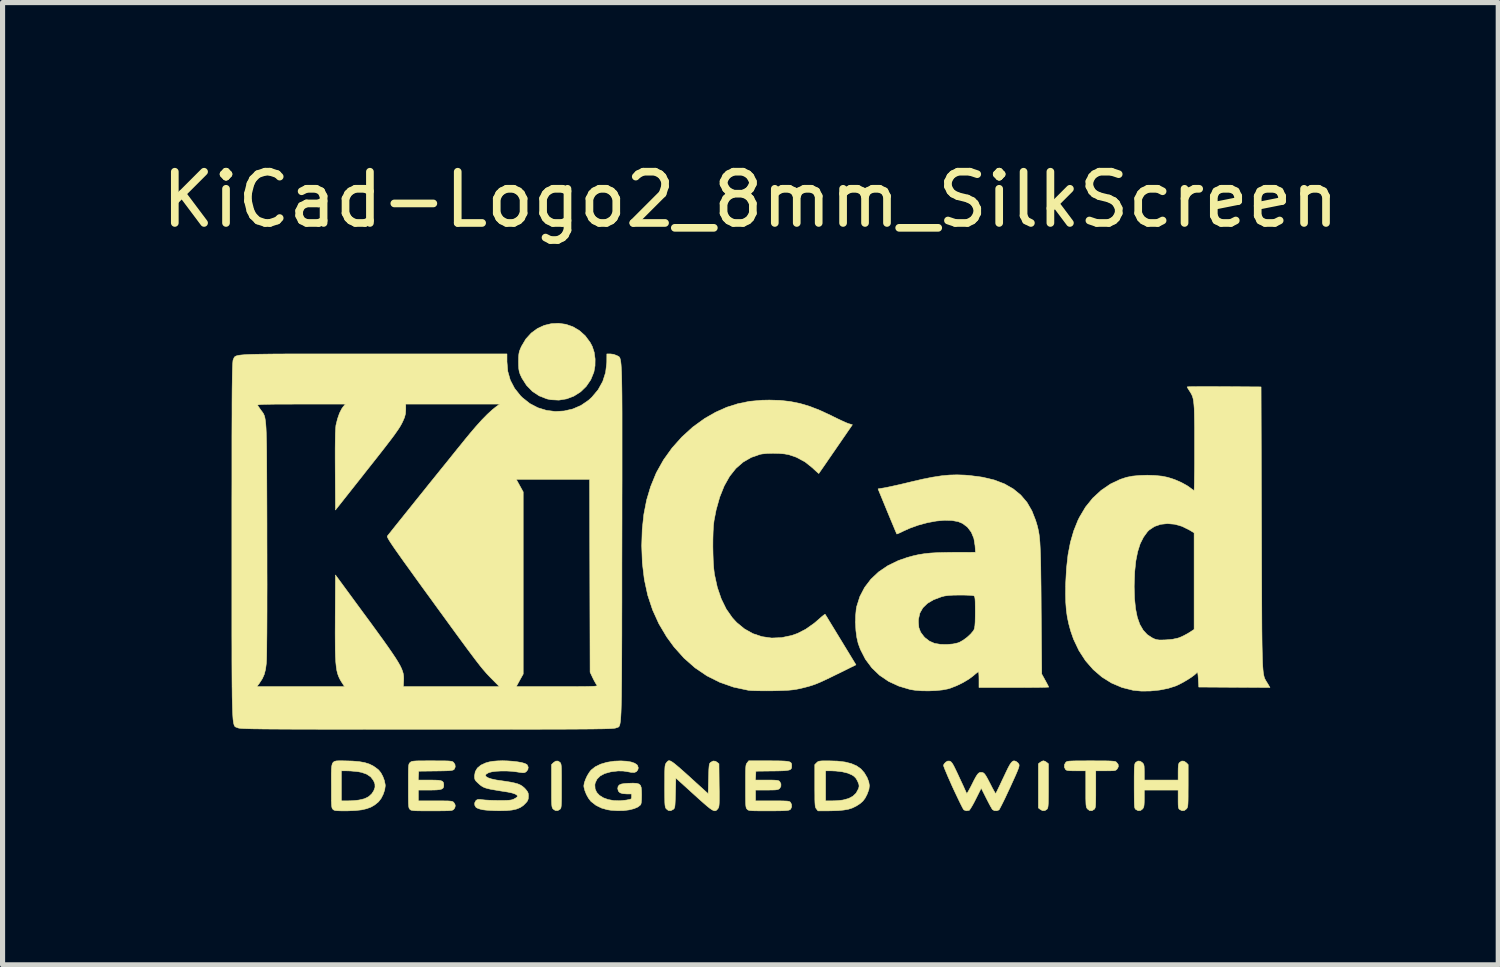
<source format=kicad_pcb>
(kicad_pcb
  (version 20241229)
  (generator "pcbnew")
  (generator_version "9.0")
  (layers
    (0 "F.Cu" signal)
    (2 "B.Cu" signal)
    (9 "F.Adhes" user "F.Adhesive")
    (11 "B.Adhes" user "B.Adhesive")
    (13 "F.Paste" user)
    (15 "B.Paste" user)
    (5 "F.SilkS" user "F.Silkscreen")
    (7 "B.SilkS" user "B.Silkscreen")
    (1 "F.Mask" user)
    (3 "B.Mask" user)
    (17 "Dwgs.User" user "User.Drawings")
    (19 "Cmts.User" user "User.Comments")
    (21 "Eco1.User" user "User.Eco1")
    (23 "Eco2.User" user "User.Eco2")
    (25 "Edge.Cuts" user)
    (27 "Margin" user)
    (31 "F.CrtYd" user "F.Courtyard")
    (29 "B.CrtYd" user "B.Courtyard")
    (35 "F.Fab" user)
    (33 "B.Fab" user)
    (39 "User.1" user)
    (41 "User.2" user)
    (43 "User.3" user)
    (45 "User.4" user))
  (footprint "KiCad-Logo2_8mm_SilkScreen"
    (layer "F.Cu")
    (at 11.601 7.198)
    (property "Reference" "KiCad-Logo2_8mm_SilkScreen" (at 0 -6.35 0) (layer "F.SilkS") (effects (font (size 1 1) (thickness 0.15))))
    (attr exclude_from_pos_files exclude_from_bom)
    (fp_poly (pts (xy 5.752 4.615) (xy 5.783 4.635) (xy 5.819 4.664) (xy 5.819 5.092) (xy 5.819 5.217) (xy 5.818 5.316) (xy 5.817 5.391) (xy 5.815 5.447) (xy 5.812 5.487) (xy 5.808 5.515) (xy 5.802 5.533) (xy 5.795 5.545) (xy 5.79 5.552) (xy 5.748 5.579) (xy 5.701 5.578) (xy 5.659 5.555) (xy 5.623 5.526) (xy 5.623 4.664) (xy 5.659 4.635) (xy 5.693 4.614) (xy 5.721 4.606) (xy 5.752 4.615)) (stroke (width 0.01) (type solid)) (fill yes) (layer "F.SilkS"))
    (fp_poly (pts (xy -3.718 4.636) (xy -3.709 4.647) (xy -3.702 4.66) (xy -3.697 4.679) (xy -3.693 4.708) (xy -3.69 4.751) (xy -3.689 4.811) (xy -3.688 4.89) (xy -3.688 4.994) (xy -3.688 5.095) (xy -3.688 5.22) (xy -3.688 5.318) (xy -3.689 5.393) (xy -3.691 5.449) (xy -3.694 5.489) (xy -3.698 5.516) (xy -3.703 5.533) (xy -3.711 5.545) (xy -3.718 5.553) (xy -3.762 5.579) (xy -3.808 5.577) (xy -3.85 5.549) (xy -3.86 5.537) (xy -3.867 5.524) (xy -3.873 5.506) (xy -3.877 5.479) (xy -3.88 5.439) (xy -3.882 5.383) (xy -3.883 5.308) (xy -3.883 5.209) (xy -3.883 5.097) (xy -3.883 4.68) (xy -3.846 4.643) (xy -3.801 4.612) (xy -3.756 4.611) (xy -3.718 4.636)) (stroke (width 0.01) (type solid)) (fill yes) (layer "F.SilkS"))
    (fp_poly (pts (xy -3.602 -3.916) (xy -3.466 -3.869) (xy -3.339 -3.794) (xy -3.226 -3.693) (xy -3.13 -3.564) (xy -3.087 -3.483) (xy -3.05 -3.37) (xy -3.032 -3.239) (xy -3.034 -3.105) (xy -3.056 -2.983) (xy -3.117 -2.834) (xy -3.205 -2.705) (xy -3.315 -2.598) (xy -3.444 -2.516) (xy -3.587 -2.461) (xy -3.739 -2.436) (xy -3.896 -2.444) (xy -3.973 -2.46) (xy -4.124 -2.519) (xy -4.258 -2.608) (xy -4.372 -2.726) (xy -4.463 -2.869) (xy -4.47 -2.885) (xy -4.497 -2.943) (xy -4.513 -2.993) (xy -4.522 -3.045) (xy -4.526 -3.111) (xy -4.527 -3.184) (xy -4.526 -3.271) (xy -4.521 -3.334) (xy -4.511 -3.385) (xy -4.492 -3.436) (xy -4.469 -3.487) (xy -4.384 -3.63) (xy -4.279 -3.745) (xy -4.158 -3.834) (xy -4.026 -3.895) (xy -3.886 -3.929) (xy -3.744 -3.936) (xy -3.602 -3.916)) (stroke (width 0.01) (type solid)) (fill yes) (layer "F.SilkS"))
    (fp_poly (pts (xy 6.783 4.607) (xy 6.887 4.607) (xy 6.969 4.608) (xy 7.03 4.61) (xy 7.074 4.613) (xy 7.105 4.616) (xy 7.126 4.621) (xy 7.139 4.628) (xy 7.146 4.633) (xy 7.18 4.676) (xy 7.184 4.721) (xy 7.163 4.762) (xy 7.149 4.778) (xy 7.134 4.789) (xy 7.113 4.796) (xy 7.079 4.8) (xy 7.027 4.801) (xy 6.952 4.802) (xy 6.937 4.802) (xy 6.743 4.802) (xy 6.743 5.163) (xy 6.743 5.276) (xy 6.742 5.364) (xy 6.741 5.429) (xy 6.739 5.475) (xy 6.735 5.507) (xy 6.729 5.528) (xy 6.722 5.543) (xy 6.713 5.553) (xy 6.669 5.58) (xy 6.623 5.578) (xy 6.582 5.547) (xy 6.579 5.544) (xy 6.569 5.53) (xy 6.561 5.513) (xy 6.556 5.49) (xy 6.552 5.457) (xy 6.55 5.409) (xy 6.548 5.343) (xy 6.548 5.254) (xy 6.548 5.153) (xy 6.548 4.802) (xy 6.362 4.802) (xy 6.282 4.801) (xy 6.227 4.799) (xy 6.191 4.795) (xy 6.168 4.787) (xy 6.153 4.776) (xy 6.152 4.774) (xy 6.13 4.73) (xy 6.132 4.68) (xy 6.157 4.636) (xy 6.167 4.628) (xy 6.179 4.621) (xy 6.198 4.616) (xy 6.226 4.612) (xy 6.267 4.61) (xy 6.324 4.608) (xy 6.4 4.607) (xy 6.499 4.607) (xy 6.624 4.606) (xy 6.651 4.606) (xy 6.783 4.607)) (stroke (width 0.01) (type solid)) (fill yes) (layer "F.SilkS"))
    (fp_poly (pts (xy 8.468 4.614) (xy 8.51 4.643) (xy 8.547 4.68) (xy 8.547 5.092) (xy 8.546 5.214) (xy 8.546 5.31) (xy 8.545 5.384) (xy 8.543 5.438) (xy 8.54 5.476) (xy 8.536 5.503) (xy 8.529 5.521) (xy 8.522 5.535) (xy 8.515 5.544) (xy 8.474 5.576) (xy 8.427 5.58) (xy 8.385 5.56) (xy 8.37 5.548) (xy 8.361 5.532) (xy 8.355 5.507) (xy 8.352 5.466) (xy 8.351 5.405) (xy 8.351 5.357) (xy 8.351 5.178) (xy 7.69 5.178) (xy 7.69 5.341) (xy 7.689 5.416) (xy 7.686 5.467) (xy 7.681 5.501) (xy 7.671 5.526) (xy 7.659 5.544) (xy 7.618 5.576) (xy 7.571 5.58) (xy 7.526 5.557) (xy 7.514 5.545) (xy 7.506 5.529) (xy 7.5 5.504) (xy 7.497 5.465) (xy 7.495 5.406) (xy 7.494 5.324) (xy 7.494 5.305) (xy 7.493 5.15) (xy 7.493 5.023) (xy 7.493 4.919) (xy 7.494 4.838) (xy 7.495 4.775) (xy 7.497 4.728) (xy 7.501 4.695) (xy 7.505 4.671) (xy 7.51 4.656) (xy 7.517 4.645) (xy 7.525 4.636) (xy 7.567 4.61) (xy 7.611 4.614) (xy 7.653 4.643) (xy 7.67 4.662) (xy 7.681 4.684) (xy 7.687 4.714) (xy 7.689 4.76) (xy 7.69 4.828) (xy 7.69 4.982) (xy 8.351 4.982) (xy 8.351 4.824) (xy 8.352 4.752) (xy 8.355 4.703) (xy 8.36 4.671) (xy 8.37 4.649) (xy 8.381 4.636) (xy 8.424 4.61) (xy 8.468 4.614)) (stroke (width 0.01) (type solid)) (fill yes) (layer "F.SilkS"))
    (fp_poly (pts (xy 1.531 4.607) (xy 1.703 4.612) (xy 1.849 4.63) (xy 1.971 4.661) (xy 2.073 4.705) (xy 2.157 4.764) (xy 2.224 4.84) (xy 2.278 4.932) (xy 2.279 4.934) (xy 2.311 5.017) (xy 2.323 5.09) (xy 2.314 5.164) (xy 2.283 5.248) (xy 2.278 5.261) (xy 2.239 5.336) (xy 2.195 5.394) (xy 2.139 5.443) (xy 2.062 5.492) (xy 2.057 5.494) (xy 1.99 5.527) (xy 1.915 5.551) (xy 1.825 5.567) (xy 1.718 5.578) (xy 1.586 5.582) (xy 1.54 5.583) (xy 1.319 5.583) (xy 1.288 5.544) (xy 1.279 5.531) (xy 1.272 5.516) (xy 1.266 5.494) (xy 1.263 5.464) (xy 1.26 5.42) (xy 1.259 5.388) (xy 1.468 5.388) (xy 1.593 5.388) (xy 1.666 5.386) (xy 1.741 5.38) (xy 1.802 5.372) (xy 1.806 5.372) (xy 1.916 5.342) (xy 2 5.298) (xy 2.064 5.237) (xy 2.107 5.157) (xy 2.115 5.136) (xy 2.122 5.103) (xy 2.119 5.071) (xy 2.103 5.028) (xy 2.094 5.006) (xy 2.063 4.95) (xy 2.025 4.91) (xy 1.984 4.883) (xy 1.902 4.847) (xy 1.796 4.821) (xy 1.673 4.806) (xy 1.584 4.802) (xy 1.468 4.802) (xy 1.468 5.388) (xy 1.259 5.388) (xy 1.258 5.36) (xy 1.258 5.279) (xy 1.257 5.174) (xy 1.257 5.092) (xy 1.257 4.68) (xy 1.294 4.643) (xy 1.31 4.628) (xy 1.328 4.618) (xy 1.353 4.612) (xy 1.39 4.608) (xy 1.446 4.607) (xy 1.526 4.607) (xy 1.531 4.607)) (stroke (width 0.01) (type solid)) (fill yes) (layer "F.SilkS"))
    (fp_poly (pts (xy -7.975 4.606) (xy -7.922 4.607) (xy -7.768 4.611) (xy -7.639 4.622) (xy -7.531 4.641) (xy -7.439 4.67) (xy -7.358 4.711) (xy -7.286 4.763) (xy -7.259 4.785) (xy -7.216 4.838) (xy -7.177 4.91) (xy -7.147 4.99) (xy -7.131 5.067) (xy -7.129 5.095) (xy -7.14 5.173) (xy -7.169 5.259) (xy -7.21 5.34) (xy -7.259 5.404) (xy -7.267 5.412) (xy -7.335 5.467) (xy -7.409 5.51) (xy -7.493 5.541) (xy -7.593 5.564) (xy -7.712 5.577) (xy -7.854 5.583) (xy -7.919 5.583) (xy -8.002 5.583) (xy -8.06 5.581) (xy -8.099 5.578) (xy -8.125 5.571) (xy -8.142 5.562) (xy -8.151 5.553) (xy -8.16 5.543) (xy -8.167 5.53) (xy -8.172 5.511) (xy -8.176 5.481) (xy -8.179 5.439) (xy -8.18 5.379) (xy -8.181 5.299) (xy -8.181 5.196) (xy -8.181 5.095) (xy -8.182 4.961) (xy -8.182 4.853) (xy -8.18 4.802) (xy -7.986 4.802) (xy -7.986 5.388) (xy -7.862 5.388) (xy -7.787 5.386) (xy -7.709 5.38) (xy -7.644 5.372) (xy -7.642 5.372) (xy -7.537 5.347) (xy -7.455 5.307) (xy -7.393 5.251) (xy -7.353 5.189) (xy -7.329 5.122) (xy -7.331 5.058) (xy -7.359 4.99) (xy -7.414 4.919) (xy -7.491 4.867) (xy -7.59 4.832) (xy -7.657 4.819) (xy -7.732 4.811) (xy -7.812 4.804) (xy -7.881 4.802) (xy -7.885 4.802) (xy -7.986 4.802) (xy -8.18 4.802) (xy -8.18 4.77) (xy -8.174 4.708) (xy -8.163 4.663) (xy -8.145 4.634) (xy -8.119 4.617) (xy -8.083 4.608) (xy -8.036 4.606) (xy -7.975 4.606)) (stroke (width 0.01) (type solid)) (fill yes) (layer "F.SilkS"))
    (fp_poly (pts (xy -1.556 4.612) (xy -1.524 4.631) (xy -1.483 4.661) (xy -1.431 4.704) (xy -1.364 4.762) (xy -1.281 4.835) (xy -1.18 4.926) (xy -1.065 5.031) (xy -0.824 5.249) (xy -0.817 4.957) (xy -0.814 4.856) (xy -0.812 4.781) (xy -0.808 4.727) (xy -0.804 4.691) (xy -0.799 4.667) (xy -0.79 4.651) (xy -0.78 4.64) (xy -0.774 4.635) (xy -0.728 4.61) (xy -0.684 4.614) (xy -0.649 4.635) (xy -0.614 4.664) (xy -0.61 5.083) (xy -0.608 5.206) (xy -0.608 5.303) (xy -0.608 5.377) (xy -0.609 5.432) (xy -0.612 5.471) (xy -0.616 5.499) (xy -0.621 5.518) (xy -0.629 5.532) (xy -0.637 5.543) (xy -0.655 5.564) (xy -0.673 5.578) (xy -0.693 5.583) (xy -0.718 5.578) (xy -0.751 5.562) (xy -0.793 5.533) (xy -0.848 5.489) (xy -0.917 5.429) (xy -1.004 5.352) (xy -1.102 5.263) (xy -1.456 4.942) (xy -1.463 5.234) (xy -1.466 5.335) (xy -1.469 5.41) (xy -1.472 5.463) (xy -1.476 5.5) (xy -1.482 5.523) (xy -1.49 5.539) (xy -1.501 5.55) (xy -1.506 5.555) (xy -1.555 5.58) (xy -1.602 5.576) (xy -1.642 5.544) (xy -1.652 5.531) (xy -1.659 5.515) (xy -1.664 5.494) (xy -1.668 5.464) (xy -1.671 5.42) (xy -1.672 5.359) (xy -1.673 5.278) (xy -1.674 5.173) (xy -1.674 5.095) (xy -1.673 4.973) (xy -1.673 4.878) (xy -1.672 4.805) (xy -1.67 4.751) (xy -1.667 4.713) (xy -1.662 4.686) (xy -1.656 4.668) (xy -1.648 4.654) (xy -1.642 4.646) (xy -1.627 4.627) (xy -1.613 4.613) (xy -1.598 4.605) (xy -1.58 4.604) (xy -1.556 4.612)) (stroke (width 0.01) (type solid)) (fill yes) (layer "F.SilkS"))
    (fp_poly (pts (xy -2.421 4.614) (xy -2.33 4.629) (xy -2.26 4.653) (xy -2.214 4.684) (xy -2.202 4.702) (xy -2.189 4.744) (xy -2.198 4.781) (xy -2.225 4.817) (xy -2.266 4.834) (xy -2.327 4.832) (xy -2.374 4.823) (xy -2.478 4.806) (xy -2.584 4.804) (xy -2.703 4.818) (xy -2.736 4.824) (xy -2.846 4.855) (xy -2.933 4.902) (xy -2.994 4.963) (xy -3.03 5.037) (xy -3.037 5.075) (xy -3.032 5.154) (xy -3.001 5.223) (xy -2.947 5.281) (xy -2.872 5.328) (xy -2.779 5.362) (xy -2.671 5.382) (xy -2.551 5.386) (xy -2.422 5.373) (xy -2.415 5.371) (xy -2.364 5.362) (xy -2.335 5.353) (xy -2.323 5.339) (xy -2.32 5.316) (xy -2.32 5.304) (xy -2.32 5.253) (xy -2.411 5.253) (xy -2.492 5.247) (xy -2.546 5.23) (xy -2.578 5.198) (xy -2.59 5.152) (xy -2.59 5.146) (xy -2.583 5.106) (xy -2.56 5.078) (xy -2.517 5.059) (xy -2.45 5.049) (xy -2.385 5.045) (xy -2.291 5.042) (xy -2.223 5.046) (xy -2.176 5.059) (xy -2.147 5.085) (xy -2.132 5.127) (xy -2.126 5.191) (xy -2.124 5.273) (xy -2.126 5.366) (xy -2.132 5.429) (xy -2.141 5.462) (xy -2.143 5.465) (xy -2.195 5.507) (xy -2.271 5.54) (xy -2.366 5.564) (xy -2.476 5.578) (xy -2.596 5.58) (xy -2.72 5.572) (xy -2.793 5.561) (xy -2.908 5.528) (xy -3.015 5.475) (xy -3.104 5.406) (xy -3.118 5.393) (xy -3.162 5.335) (xy -3.202 5.263) (xy -3.232 5.188) (xy -3.25 5.119) (xy -3.252 5.093) (xy -3.243 5.038) (xy -3.219 4.97) (xy -3.186 4.898) (xy -3.146 4.833) (xy -3.112 4.789) (xy -3.031 4.724) (xy -2.926 4.672) (xy -2.801 4.635) (xy -2.66 4.613) (xy -2.53 4.608) (xy -2.421 4.614)) (stroke (width 0.01) (type solid)) (fill yes) (layer "F.SilkS"))
    (fp_poly (pts (xy 0.482 4.607) (xy 0.583 4.608) (xy 0.661 4.611) (xy 0.719 4.616) (xy 0.758 4.624) (xy 0.784 4.636) (xy 0.798 4.652) (xy 0.805 4.673) (xy 0.806 4.699) (xy 0.806 4.703) (xy 0.805 4.733) (xy 0.799 4.756) (xy 0.784 4.774) (xy 0.757 4.786) (xy 0.715 4.794) (xy 0.655 4.8) (xy 0.572 4.803) (xy 0.463 4.805) (xy 0.43 4.805) (xy 0.107 4.809) (xy 0.103 4.896) (xy 0.098 4.982) (xy 0.322 4.982) (xy 0.41 4.982) (xy 0.472 4.984) (xy 0.515 4.987) (xy 0.542 4.992) (xy 0.56 5) (xy 0.573 5.012) (xy 0.573 5.012) (xy 0.596 5.056) (xy 0.595 5.105) (xy 0.571 5.146) (xy 0.566 5.15) (xy 0.549 5.161) (xy 0.525 5.169) (xy 0.49 5.174) (xy 0.438 5.176) (xy 0.364 5.177) (xy 0.316 5.178) (xy 0.1 5.178) (xy 0.1 5.388) (xy 0.428 5.388) (xy 0.537 5.388) (xy 0.619 5.389) (xy 0.679 5.391) (xy 0.721 5.393) (xy 0.749 5.398) (xy 0.767 5.404) (xy 0.778 5.412) (xy 0.781 5.415) (xy 0.803 5.457) (xy 0.805 5.505) (xy 0.787 5.547) (xy 0.773 5.56) (xy 0.758 5.567) (xy 0.736 5.573) (xy 0.702 5.577) (xy 0.653 5.58) (xy 0.585 5.582) (xy 0.495 5.583) (xy 0.379 5.583) (xy 0.353 5.583) (xy 0.235 5.583) (xy 0.143 5.583) (xy 0.075 5.582) (xy 0.025 5.58) (xy -0.01 5.577) (xy -0.033 5.572) (xy -0.048 5.565) (xy -0.059 5.557) (xy -0.065 5.55) (xy -0.074 5.539) (xy -0.081 5.526) (xy -0.086 5.506) (xy -0.09 5.477) (xy -0.093 5.434) (xy -0.094 5.374) (xy -0.095 5.294) (xy -0.095 5.189) (xy -0.095 5.102) (xy -0.095 4.979) (xy -0.095 4.882) (xy -0.094 4.808) (xy -0.092 4.754) (xy -0.089 4.715) (xy -0.085 4.688) (xy -0.079 4.669) (xy -0.071 4.655) (xy -0.064 4.646) (xy -0.033 4.606) (xy 0.353 4.606) (xy 0.482 4.607)) (stroke (width 0.01) (type solid)) (fill yes) (layer "F.SilkS"))
    (fp_poly (pts (xy -6.099 4.607) (xy -6.007 4.607) (xy -5.937 4.608) (xy -5.886 4.61) (xy -5.851 4.614) (xy -5.827 4.618) (xy -5.811 4.625) (xy -5.799 4.633) (xy -5.795 4.637) (xy -5.768 4.678) (xy -5.763 4.726) (xy -5.781 4.768) (xy -5.789 4.777) (xy -5.802 4.785) (xy -5.823 4.791) (xy -5.855 4.796) (xy -5.903 4.8) (xy -5.971 4.802) (xy -6.062 4.804) (xy -6.146 4.805) (xy -6.476 4.809) (xy -6.485 4.982) (xy -6.261 4.982) (xy -6.164 4.983) (xy -6.092 4.986) (xy -6.043 4.994) (xy -6.012 5.007) (xy -5.995 5.028) (xy -5.988 5.057) (xy -5.987 5.084) (xy -5.99 5.117) (xy -6.003 5.141) (xy -6.028 5.158) (xy -6.071 5.169) (xy -6.133 5.175) (xy -6.221 5.177) (xy -6.268 5.178) (xy -6.483 5.178) (xy -6.483 5.388) (xy -6.152 5.388) (xy -6.044 5.388) (xy -5.962 5.389) (xy -5.901 5.39) (xy -5.859 5.393) (xy -5.83 5.397) (xy -5.811 5.404) (xy -5.798 5.412) (xy -5.792 5.418) (xy -5.769 5.454) (xy -5.762 5.486) (xy -5.772 5.525) (xy -5.792 5.553) (xy -5.802 5.562) (xy -5.816 5.569) (xy -5.836 5.575) (xy -5.866 5.578) (xy -5.911 5.581) (xy -5.973 5.582) (xy -6.056 5.583) (xy -6.164 5.583) (xy -6.22 5.583) (xy -6.34 5.583) (xy -6.434 5.583) (xy -6.505 5.582) (xy -6.556 5.58) (xy -6.592 5.576) (xy -6.617 5.572) (xy -6.633 5.566) (xy -6.644 5.558) (xy -6.648 5.553) (xy -6.657 5.543) (xy -6.664 5.53) (xy -6.669 5.511) (xy -6.673 5.481) (xy -6.676 5.438) (xy -6.677 5.379) (xy -6.678 5.298) (xy -6.678 5.194) (xy -6.678 5.097) (xy -6.678 4.973) (xy -6.678 4.876) (xy -6.677 4.801) (xy -6.676 4.746) (xy -6.673 4.707) (xy -6.669 4.681) (xy -6.663 4.663) (xy -6.656 4.651) (xy -6.646 4.641) (xy -6.644 4.639) (xy -6.632 4.629) (xy -6.619 4.622) (xy -6.6 4.616) (xy -6.571 4.612) (xy -6.53 4.609) (xy -6.472 4.607) (xy -6.394 4.607) (xy -6.291 4.606) (xy -6.218 4.606) (xy -6.099 4.607)) (stroke (width 0.01) (type solid)) (fill yes) (layer "F.SilkS"))
    (fp_poly (pts (xy 5.161 4.609) (xy 5.187 4.618) (xy 5.188 4.619) (xy 5.223 4.646) (xy 5.243 4.674) (xy 5.246 4.687) (xy 5.246 4.704) (xy 5.241 4.729) (xy 5.229 4.764) (xy 5.21 4.812) (xy 5.182 4.878) (xy 5.144 4.962) (xy 5.095 5.07) (xy 5.068 5.129) (xy 5.019 5.233) (xy 4.974 5.33) (xy 4.933 5.414) (xy 4.898 5.483) (xy 4.872 5.533) (xy 4.856 5.561) (xy 4.852 5.565) (xy 4.811 5.581) (xy 4.764 5.579) (xy 4.727 5.559) (xy 4.725 5.557) (xy 4.711 5.534) (xy 4.686 5.491) (xy 4.654 5.431) (xy 4.618 5.361) (xy 4.605 5.336) (xy 4.507 5.14) (xy 4.401 5.352) (xy 4.363 5.426) (xy 4.328 5.489) (xy 4.298 5.538) (xy 4.277 5.568) (xy 4.27 5.574) (xy 4.215 5.582) (xy 4.169 5.565) (xy 4.155 5.546) (xy 4.132 5.503) (xy 4.101 5.442) (xy 4.064 5.366) (xy 4.022 5.278) (xy 3.978 5.185) (xy 3.934 5.089) (xy 3.892 4.994) (xy 3.853 4.906) (xy 3.82 4.827) (xy 3.793 4.763) (xy 3.776 4.717) (xy 3.77 4.693) (xy 3.77 4.692) (xy 3.785 4.663) (xy 3.814 4.633) (xy 3.816 4.631) (xy 3.852 4.611) (xy 3.885 4.611) (xy 3.898 4.615) (xy 3.913 4.623) (xy 3.929 4.64) (xy 3.949 4.667) (xy 3.973 4.71) (xy 4.003 4.771) (xy 4.043 4.854) (xy 4.078 4.93) (xy 4.119 5.018) (xy 4.156 5.097) (xy 4.186 5.164) (xy 4.209 5.213) (xy 4.221 5.241) (xy 4.223 5.245) (xy 4.231 5.238) (xy 4.25 5.208) (xy 4.277 5.16) (xy 4.31 5.098) (xy 4.323 5.072) (xy 4.366 4.986) (xy 4.4 4.923) (xy 4.427 4.88) (xy 4.449 4.853) (xy 4.469 4.838) (xy 4.491 4.832) (xy 4.505 4.832) (xy 4.529 4.834) (xy 4.551 4.843) (xy 4.573 4.863) (xy 4.597 4.897) (xy 4.627 4.949) (xy 4.665 5.022) (xy 4.687 5.064) (xy 4.721 5.131) (xy 4.751 5.186) (xy 4.774 5.226) (xy 4.787 5.244) (xy 4.789 5.245) (xy 4.798 5.23) (xy 4.817 5.193) (xy 4.845 5.135) (xy 4.88 5.062) (xy 4.919 4.978) (xy 4.939 4.937) (xy 4.99 4.829) (xy 5.03 4.746) (xy 5.063 4.685) (xy 5.091 4.644) (xy 5.115 4.619) (xy 5.137 4.608) (xy 5.161 4.609)) (stroke (width 0.01) (type solid)) (fill yes) (layer "F.SilkS"))
    (fp_poly (pts (xy -4.74 4.608) (xy -4.64 4.615) (xy -4.548 4.626) (xy -4.467 4.64) (xy -4.405 4.658) (xy -4.365 4.678) (xy -4.359 4.684) (xy -4.338 4.73) (xy -4.345 4.777) (xy -4.377 4.818) (xy -4.379 4.819) (xy -4.398 4.831) (xy -4.418 4.838) (xy -4.446 4.839) (xy -4.489 4.834) (xy -4.554 4.824) (xy -4.559 4.823) (xy -4.656 4.811) (xy -4.761 4.805) (xy -4.865 4.805) (xy -4.963 4.81) (xy -5.047 4.821) (xy -5.108 4.837) (xy -5.112 4.839) (xy -5.157 4.864) (xy -5.173 4.889) (xy -5.161 4.914) (xy -5.121 4.938) (xy -5.056 4.96) (xy -4.965 4.98) (xy -4.905 4.989) (xy -4.78 5.007) (xy -4.68 5.023) (xy -4.601 5.04) (xy -4.54 5.057) (xy -4.492 5.078) (xy -4.453 5.102) (xy -4.417 5.132) (xy -4.389 5.161) (xy -4.356 5.203) (xy -4.339 5.238) (xy -4.334 5.281) (xy -4.334 5.297) (xy -4.338 5.35) (xy -4.353 5.39) (xy -4.38 5.424) (xy -4.434 5.478) (xy -4.495 5.519) (xy -4.567 5.548) (xy -4.653 5.567) (xy -4.76 5.578) (xy -4.891 5.581) (xy -4.912 5.581) (xy -5 5.579) (xy -5.086 5.575) (xy -5.163 5.569) (xy -5.22 5.562) (xy -5.224 5.562) (xy -5.281 5.548) (xy -5.329 5.531) (xy -5.356 5.516) (xy -5.381 5.475) (xy -5.383 5.428) (xy -5.361 5.385) (xy -5.356 5.381) (xy -5.336 5.366) (xy -5.311 5.36) (xy -5.272 5.361) (xy -5.224 5.367) (xy -5.172 5.372) (xy -5.098 5.376) (xy -5.011 5.379) (xy -4.921 5.38) (xy -4.897 5.38) (xy -4.807 5.38) (xy -4.741 5.378) (xy -4.693 5.374) (xy -4.658 5.368) (xy -4.63 5.358) (xy -4.613 5.35) (xy -4.575 5.328) (xy -4.551 5.308) (xy -4.548 5.302) (xy -4.555 5.279) (xy -4.59 5.256) (xy -4.65 5.235) (xy -4.733 5.217) (xy -4.758 5.213) (xy -4.886 5.193) (xy -4.987 5.176) (xy -5.068 5.162) (xy -5.13 5.148) (xy -5.178 5.134) (xy -5.216 5.118) (xy -5.248 5.099) (xy -5.278 5.077) (xy -5.309 5.049) (xy -5.32 5.039) (xy -5.357 5.003) (xy -5.377 4.974) (xy -5.385 4.941) (xy -5.386 4.899) (xy -5.372 4.818) (xy -5.331 4.748) (xy -5.263 4.691) (xy -5.168 4.647) (xy -5.1 4.628) (xy -5.027 4.615) (xy -4.939 4.608) (xy -4.841 4.605) (xy -4.74 4.608)) (stroke (width 0.01) (type solid)) (fill yes) (layer "F.SilkS"))
    (fp_poly (pts (xy 0.581 -2.431) (xy 0.777 -2.409) (xy 0.967 -2.371) (xy 1.158 -2.314) (xy 1.358 -2.236) (xy 1.576 -2.135) (xy 1.615 -2.115) (xy 1.705 -2.071) (xy 1.79 -2.031) (xy 1.861 -1.999) (xy 1.91 -1.979) (xy 1.918 -1.977) (xy 1.991 -1.955) (xy 1.665 -1.481) (xy 1.585 -1.365) (xy 1.512 -1.259) (xy 1.449 -1.167) (xy 1.397 -1.092) (xy 1.359 -1.038) (xy 1.339 -1.008) (xy 1.335 -1.003) (xy 1.322 -1.013) (xy 1.288 -1.043) (xy 1.24 -1.087) (xy 1.214 -1.112) (xy 1.065 -1.231) (xy 0.897 -1.321) (xy 0.753 -1.37) (xy 0.666 -1.386) (xy 0.558 -1.395) (xy 0.44 -1.398) (xy 0.326 -1.395) (xy 0.229 -1.385) (xy 0.19 -1.378) (xy 0.015 -1.317) (xy -0.143 -1.225) (xy -0.284 -1.102) (xy -0.407 -0.947) (xy -0.512 -0.76) (xy -0.599 -0.543) (xy -0.669 -0.294) (xy -0.71 -0.082) (xy -0.721 0.012) (xy -0.728 0.134) (xy -0.732 0.273) (xy -0.733 0.423) (xy -0.73 0.575) (xy -0.725 0.718) (xy -0.716 0.846) (xy -0.704 0.949) (xy -0.702 0.964) (xy -0.646 1.22) (xy -0.569 1.445) (xy -0.472 1.643) (xy -0.353 1.813) (xy -0.269 1.905) (xy -0.117 2.03) (xy 0.049 2.123) (xy 0.227 2.182) (xy 0.414 2.209) (xy 0.607 2.201) (xy 0.803 2.16) (xy 0.92 2.119) (xy 1.08 2.037) (xy 1.246 1.92) (xy 1.339 1.84) (xy 1.391 1.794) (xy 1.432 1.761) (xy 1.455 1.745) (xy 1.458 1.744) (xy 1.469 1.761) (xy 1.496 1.804) (xy 1.537 1.872) (xy 1.59 1.959) (xy 1.653 2.062) (xy 1.723 2.177) (xy 1.762 2.241) (xy 2.061 2.732) (xy 1.688 2.916) (xy 1.553 2.982) (xy 1.444 3.034) (xy 1.354 3.075) (xy 1.276 3.107) (xy 1.203 3.133) (xy 1.13 3.155) (xy 1.049 3.176) (xy 0.971 3.195) (xy 0.901 3.209) (xy 0.829 3.22) (xy 0.746 3.228) (xy 0.645 3.233) (xy 0.52 3.237) (xy 0.435 3.239) (xy 0.315 3.24) (xy 0.199 3.239) (xy 0.096 3.237) (xy 0.013 3.234) (xy -0.042 3.229) (xy -0.045 3.228) (xy -0.33 3.167) (xy -0.598 3.073) (xy -0.848 2.948) (xy -1.08 2.791) (xy -1.295 2.602) (xy -1.492 2.382) (xy -1.635 2.186) (xy -1.787 1.93) (xy -1.91 1.659) (xy -2.005 1.372) (xy -2.071 1.066) (xy -2.11 0.74) (xy -2.122 0.408) (xy -2.112 0.087) (xy -2.08 -0.209) (xy -2.026 -0.486) (xy -1.948 -0.747) (xy -1.845 -0.999) (xy -1.833 -1.025) (xy -1.697 -1.268) (xy -1.531 -1.5) (xy -1.338 -1.716) (xy -1.125 -1.91) (xy -0.894 -2.077) (xy -0.679 -2.2) (xy -0.462 -2.297) (xy -0.244 -2.366) (xy -0.018 -2.412) (xy 0.226 -2.434) (xy 0.372 -2.437) (xy 0.581 -2.431)) (stroke (width 0.01) (type solid)) (fill yes) (layer "F.SilkS"))
    (fp_poly (pts (xy 9.042 -2.7) (xy 9.196 -2.699) (xy 9.248 -2.699) (xy 9.97 -2.694) (xy 9.979 0.073) (xy 9.98 0.448) (xy 9.981 0.788) (xy 9.982 1.096) (xy 9.983 1.373) (xy 9.984 1.621) (xy 9.985 1.841) (xy 9.986 2.036) (xy 9.988 2.206) (xy 9.99 2.354) (xy 9.993 2.482) (xy 9.996 2.592) (xy 9.999 2.684) (xy 10.003 2.761) (xy 10.008 2.825) (xy 10.013 2.877) (xy 10.02 2.92) (xy 10.027 2.954) (xy 10.035 2.982) (xy 10.044 3.005) (xy 10.055 3.026) (xy 10.066 3.045) (xy 10.079 3.066) (xy 10.093 3.089) (xy 10.096 3.093) (xy 10.144 3.175) (xy 8.754 3.166) (xy 8.745 3.013) (xy 8.74 2.94) (xy 8.735 2.898) (xy 8.728 2.881) (xy 8.717 2.884) (xy 8.709 2.894) (xy 8.67 2.929) (xy 8.608 2.975) (xy 8.531 3.025) (xy 8.447 3.074) (xy 8.365 3.117) (xy 8.302 3.145) (xy 8.155 3.192) (xy 7.986 3.225) (xy 7.808 3.243) (xy 7.633 3.245) (xy 7.474 3.229) (xy 7.472 3.229) (xy 7.254 3.174) (xy 7.05 3.087) (xy 6.863 2.97) (xy 6.693 2.824) (xy 6.542 2.651) (xy 6.414 2.453) (xy 6.309 2.232) (xy 6.252 2.068) (xy 6.215 1.931) (xy 6.187 1.799) (xy 6.168 1.663) (xy 6.157 1.514) (xy 6.153 1.347) (xy 6.155 1.209) (xy 7.493 1.209) (xy 7.5 1.439) (xy 7.52 1.637) (xy 7.554 1.805) (xy 7.603 1.943) (xy 7.668 2.055) (xy 7.748 2.142) (xy 7.842 2.204) (xy 7.89 2.227) (xy 7.932 2.24) (xy 7.979 2.247) (xy 8.042 2.247) (xy 8.11 2.245) (xy 8.243 2.233) (xy 8.349 2.21) (xy 8.382 2.198) (xy 8.458 2.164) (xy 8.538 2.121) (xy 8.572 2.1) (xy 8.663 2.041) (xy 8.663 0.155) (xy 8.563 0.095) (xy 8.424 0.027) (xy 8.282 -0.013) (xy 8.142 -0.025) (xy 8.009 -0.011) (xy 7.889 0.031) (xy 7.787 0.099) (xy 7.754 0.131) (xy 7.675 0.239) (xy 7.61 0.368) (xy 7.561 0.523) (xy 7.525 0.704) (xy 7.503 0.915) (xy 7.494 1.157) (xy 7.493 1.209) (xy 6.155 1.209) (xy 6.155 1.152) (xy 6.171 0.854) (xy 6.201 0.584) (xy 6.248 0.34) (xy 6.312 0.118) (xy 6.394 -0.087) (xy 6.424 -0.148) (xy 6.542 -0.347) (xy 6.684 -0.523) (xy 6.848 -0.674) (xy 7.029 -0.798) (xy 7.225 -0.891) (xy 7.343 -0.929) (xy 7.458 -0.952) (xy 7.597 -0.965) (xy 7.748 -0.97) (xy 7.898 -0.965) (xy 8.038 -0.951) (xy 8.15 -0.928) (xy 8.283 -0.885) (xy 8.412 -0.829) (xy 8.525 -0.767) (xy 8.585 -0.725) (xy 8.627 -0.693) (xy 8.656 -0.674) (xy 8.662 -0.671) (xy 8.664 -0.689) (xy 8.666 -0.739) (xy 8.668 -0.819) (xy 8.669 -0.924) (xy 8.671 -1.051) (xy 8.672 -1.197) (xy 8.672 -1.357) (xy 8.672 -1.521) (xy 8.672 -1.731) (xy 8.672 -1.908) (xy 8.67 -2.055) (xy 8.668 -2.176) (xy 8.665 -2.274) (xy 8.659 -2.353) (xy 8.652 -2.416) (xy 8.643 -2.467) (xy 8.631 -2.508) (xy 8.616 -2.543) (xy 8.598 -2.576) (xy 8.577 -2.61) (xy 8.574 -2.614) (xy 8.546 -2.658) (xy 8.529 -2.688) (xy 8.527 -2.694) (xy 8.545 -2.696) (xy 8.595 -2.698) (xy 8.673 -2.699) (xy 8.776 -2.7) (xy 8.9 -2.7) (xy 9.042 -2.7)) (stroke (width 0.01) (type solid)) (fill yes) (layer "F.SilkS"))
    (fp_poly (pts (xy 4.186 -0.972) (xy 4.276 -0.965) (xy 4.533 -0.931) (xy 4.76 -0.877) (xy 4.96 -0.801) (xy 5.132 -0.703) (xy 5.278 -0.583) (xy 5.4 -0.44) (xy 5.497 -0.272) (xy 5.568 -0.091) (xy 5.586 -0.033) (xy 5.602 0.021) (xy 5.615 0.075) (xy 5.627 0.13) (xy 5.637 0.191) (xy 5.645 0.26) (xy 5.652 0.339) (xy 5.657 0.433) (xy 5.662 0.543) (xy 5.666 0.672) (xy 5.669 0.825) (xy 5.671 1.003) (xy 5.674 1.209) (xy 5.676 1.447) (xy 5.677 1.633) (xy 5.688 2.912) (xy 5.756 3.035) (xy 5.788 3.094) (xy 5.812 3.14) (xy 5.823 3.165) (xy 5.824 3.167) (xy 5.806 3.168) (xy 5.757 3.17) (xy 5.678 3.172) (xy 5.576 3.173) (xy 5.453 3.174) (xy 5.314 3.175) (xy 5.162 3.175) (xy 5.144 3.175) (xy 4.463 3.175) (xy 4.463 3.021) (xy 4.462 2.951) (xy 4.459 2.898) (xy 4.454 2.869) (xy 4.452 2.867) (xy 4.434 2.878) (xy 4.397 2.907) (xy 4.349 2.948) (xy 4.348 2.949) (xy 4.26 3.014) (xy 4.149 3.08) (xy 4.028 3.139) (xy 3.908 3.186) (xy 3.855 3.202) (xy 3.751 3.222) (xy 3.622 3.235) (xy 3.481 3.241) (xy 3.34 3.239) (xy 3.211 3.228) (xy 3.121 3.214) (xy 2.899 3.148) (xy 2.699 3.056) (xy 2.522 2.936) (xy 2.371 2.791) (xy 2.245 2.622) (xy 2.147 2.43) (xy 2.104 2.313) (xy 2.078 2.2) (xy 2.06 2.064) (xy 2.052 1.917) (xy 2.052 1.896) (xy 3.279 1.896) (xy 3.289 2.005) (xy 3.323 2.095) (xy 3.386 2.179) (xy 3.41 2.204) (xy 3.496 2.27) (xy 3.594 2.313) (xy 3.713 2.333) (xy 3.837 2.335) (xy 3.956 2.325) (xy 4.046 2.305) (xy 4.086 2.29) (xy 4.156 2.25) (xy 4.232 2.194) (xy 4.3 2.131) (xy 4.351 2.07) (xy 4.365 2.047) (xy 4.375 2.016) (xy 4.383 1.967) (xy 4.388 1.894) (xy 4.39 1.793) (xy 4.391 1.697) (xy 4.39 1.585) (xy 4.389 1.504) (xy 4.386 1.449) (xy 4.381 1.414) (xy 4.373 1.394) (xy 4.362 1.384) (xy 4.359 1.383) (xy 4.33 1.378) (xy 4.272 1.374) (xy 4.193 1.371) (xy 4.102 1.37) (xy 4.082 1.37) (xy 3.96 1.372) (xy 3.866 1.378) (xy 3.791 1.388) (xy 3.729 1.404) (xy 3.575 1.462) (xy 3.455 1.533) (xy 3.367 1.619) (xy 3.309 1.721) (xy 3.282 1.839) (xy 3.279 1.896) (xy 2.052 1.896) (xy 2.054 1.774) (xy 2.066 1.645) (xy 2.076 1.592) (xy 2.137 1.399) (xy 2.23 1.221) (xy 2.353 1.06) (xy 2.504 0.918) (xy 2.682 0.797) (xy 2.885 0.698) (xy 3.057 0.638) (xy 3.172 0.606) (xy 3.282 0.581) (xy 3.395 0.563) (xy 3.516 0.55) (xy 3.654 0.542) (xy 3.816 0.538) (xy 3.962 0.536) (xy 4.395 0.535) (xy 4.386 0.405) (xy 4.363 0.264) (xy 4.313 0.143) (xy 4.238 0.044) (xy 4.141 -0.029) (xy 4.056 -0.064) (xy 3.934 -0.086) (xy 3.789 -0.09) (xy 3.627 -0.075) (xy 3.455 -0.043) (xy 3.281 0.004) (xy 3.111 0.065) (xy 2.987 0.121) (xy 2.928 0.15) (xy 2.882 0.17) (xy 2.859 0.178) (xy 2.858 0.178) (xy 2.85 0.16) (xy 2.83 0.114) (xy 2.8 0.042) (xy 2.762 -0.049) (xy 2.717 -0.156) (xy 2.672 -0.265) (xy 2.492 -0.703) (xy 2.62 -0.724) (xy 2.676 -0.735) (xy 2.76 -0.753) (xy 2.864 -0.776) (xy 2.982 -0.803) (xy 3.107 -0.833) (xy 3.157 -0.845) (xy 3.372 -0.895) (xy 3.56 -0.932) (xy 3.728 -0.958) (xy 3.884 -0.973) (xy 4.034 -0.977) (xy 4.186 -0.972)) (stroke (width 0.01) (type solid)) (fill yes) (layer "F.SilkS"))
    (fp_poly (pts (xy -7.87 -3.338) (xy -7.521 -3.338) (xy -7.358 -3.338) (xy -4.753 -3.338) (xy -4.753 -3.185) (xy -4.737 -2.998) (xy -4.688 -2.826) (xy -4.605 -2.667) (xy -4.488 -2.52) (xy -4.448 -2.481) (xy -4.306 -2.369) (xy -4.149 -2.287) (xy -3.982 -2.236) (xy -3.81 -2.214) (xy -3.637 -2.224) (xy -3.468 -2.263) (xy -3.308 -2.332) (xy -3.162 -2.432) (xy -3.096 -2.492) (xy -2.973 -2.639) (xy -2.883 -2.801) (xy -2.827 -2.976) (xy -2.805 -3.161) (xy -2.804 -3.18) (xy -2.803 -3.338) (xy -2.733 -3.338) (xy -2.671 -3.33) (xy -2.615 -3.309) (xy -2.611 -3.307) (xy -2.598 -3.301) (xy -2.587 -3.296) (xy -2.576 -3.29) (xy -2.566 -3.284) (xy -2.557 -3.274) (xy -2.549 -3.26) (xy -2.542 -3.239) (xy -2.536 -3.211) (xy -2.53 -3.174) (xy -2.525 -3.127) (xy -2.521 -3.067) (xy -2.517 -2.994) (xy -2.514 -2.906) (xy -2.512 -2.801) (xy -2.51 -2.678) (xy -2.508 -2.535) (xy -2.507 -2.372) (xy -2.506 -2.186) (xy -2.506 -1.976) (xy -2.506 -1.74) (xy -2.506 -1.477) (xy -2.506 -1.185) (xy -2.506 -0.864) (xy -2.507 -0.511) (xy -2.507 -0.124) (xy -2.508 0.297) (xy -2.508 0.348) (xy -2.509 0.771) (xy -2.509 1.16) (xy -2.509 1.516) (xy -2.51 1.839) (xy -2.51 2.133) (xy -2.511 2.398) (xy -2.512 2.635) (xy -2.513 2.847) (xy -2.514 3.034) (xy -2.516 3.199) (xy -2.517 3.342) (xy -2.52 3.466) (xy -2.523 3.571) (xy -2.526 3.66) (xy -2.53 3.733) (xy -2.534 3.793) (xy -2.539 3.84) (xy -2.545 3.877) (xy -2.551 3.904) (xy -2.558 3.924) (xy -2.566 3.937) (xy -2.575 3.946) (xy -2.585 3.951) (xy -2.596 3.955) (xy -2.608 3.958) (xy -2.621 3.963) (xy -2.624 3.964) (xy -2.634 3.967) (xy -2.651 3.97) (xy -2.676 3.973) (xy -2.71 3.976) (xy -2.756 3.978) (xy -2.814 3.98) (xy -2.886 3.982) (xy -2.973 3.983) (xy -3.078 3.985) (xy -3.201 3.986) (xy -3.343 3.987) (xy -3.507 3.988) (xy -3.694 3.989) (xy -3.905 3.989) (xy -4.141 3.99) (xy -4.405 3.99) (xy -4.697 3.991) (xy -5.019 3.991) (xy -5.373 3.991) (xy -5.759 3.991) (xy -6.18 3.991) (xy -6.316 3.991) (xy -6.747 3.991) (xy -7.142 3.991) (xy -7.504 3.991) (xy -7.835 3.99) (xy -8.134 3.99) (xy -8.405 3.99) (xy -8.649 3.989) (xy -8.866 3.989) (xy -9.059 3.988) (xy -9.229 3.987) (xy -9.378 3.986) (xy -9.506 3.985) (xy -9.616 3.983) (xy -9.709 3.982) (xy -9.786 3.98) (xy -9.848 3.978) (xy -9.899 3.976) (xy -9.937 3.974) (xy -9.967 3.971) (xy -9.987 3.968) (xy -10.001 3.965) (xy -10.009 3.962) (xy -10.023 3.956) (xy -10.035 3.952) (xy -10.046 3.948) (xy -10.057 3.942) (xy -10.066 3.934) (xy -10.075 3.92) (xy -10.082 3.901) (xy -10.089 3.874) (xy -10.095 3.839) (xy -10.101 3.793) (xy -10.105 3.734) (xy -10.109 3.663) (xy -10.112 3.576) (xy -10.115 3.473) (xy -10.118 3.352) (xy -10.119 3.211) (xy -10.12 3.157) (xy -9.636 3.157) (xy -7.924 3.157) (xy -7.957 3.107) (xy -7.99 3.056) (xy -8.018 3.007) (xy -8.041 2.957) (xy -8.06 2.903) (xy -8.075 2.841) (xy -8.086 2.768) (xy -8.095 2.68) (xy -8.101 2.574) (xy -8.105 2.447) (xy -8.106 2.294) (xy -8.107 2.114) (xy -8.106 1.902) (xy -8.106 1.823) (xy -8.101 0.978) (xy -7.566 1.707) (xy -7.414 1.913) (xy -7.283 2.093) (xy -7.17 2.249) (xy -7.075 2.383) (xy -6.996 2.497) (xy -6.931 2.594) (xy -6.88 2.676) (xy -6.84 2.746) (xy -6.811 2.806) (xy -6.791 2.858) (xy -6.778 2.905) (xy -6.771 2.949) (xy -6.769 2.992) (xy -6.77 3.038) (xy -6.77 3.043) (xy -6.776 3.157) (xy -4.901 3.157) (xy -5.04 3.016) (xy -5.078 2.978) (xy -5.114 2.94) (xy -5.15 2.902) (xy -5.186 2.86) (xy -5.226 2.814) (xy -5.27 2.76) (xy -5.32 2.696) (xy -5.377 2.622) (xy -5.443 2.534) (xy -5.521 2.43) (xy -5.61 2.309) (xy -5.713 2.169) (xy -5.832 2.006) (xy -5.967 1.82) (xy -6.121 1.609) (xy -6.247 1.435) (xy -6.406 1.217) (xy -6.544 1.026) (xy -6.663 0.86) (xy -6.765 0.719) (xy -6.85 0.599) (xy -6.92 0.5) (xy -6.976 0.419) (xy -7.019 0.355) (xy -7.051 0.305) (xy -7.072 0.269) (xy -7.085 0.243) (xy -7.09 0.227) (xy -7.088 0.218) (xy -7.071 0.196) (xy -7.032 0.148) (xy -6.976 0.077) (xy -6.904 -0.013) (xy -6.818 -0.12) (xy -6.721 -0.241) (xy -6.615 -0.373) (xy -6.502 -0.514) (xy -6.385 -0.659) (xy -6.266 -0.808) (xy -6.2 -0.889) (xy -4.571 -0.889) (xy -4.504 -0.767) (xy -4.436 -0.644) (xy -4.436 2.912) (xy -4.504 3.034) (xy -4.571 3.157) (xy -3.771 3.157) (xy -3.579 3.157) (xy -3.422 3.157) (xy -3.294 3.156) (xy -3.193 3.155) (xy -3.117 3.153) (xy -3.062 3.151) (xy -3.025 3.148) (xy -3.004 3.144) (xy -2.994 3.139) (xy -2.993 3.132) (xy -2.999 3.125) (xy -2.999 3.125) (xy -3.022 3.092) (xy -3.052 3.038) (xy -3.079 2.984) (xy -3.13 2.876) (xy -3.135 0.993) (xy -3.14 -0.889) (xy -4.571 -0.889) (xy -6.2 -0.889) (xy -6.147 -0.955) (xy -6.03 -1.1) (xy -5.918 -1.238) (xy -5.814 -1.368) (xy -5.719 -1.486) (xy -5.635 -1.589) (xy -5.566 -1.675) (xy -5.512 -1.74) (xy -5.481 -1.778) (xy -5.36 -1.92) (xy -5.244 -2.049) (xy -5.136 -2.159) (xy -5.04 -2.247) (xy -4.973 -2.301) (xy -4.893 -2.359) (xy -6.729 -2.359) (xy -6.729 -2.251) (xy -6.734 -2.172) (xy -6.753 -2.098) (xy -6.783 -2.029) (xy -6.802 -1.989) (xy -6.823 -1.95) (xy -6.847 -1.909) (xy -6.877 -1.863) (xy -6.914 -1.81) (xy -6.959 -1.746) (xy -7.016 -1.67) (xy -7.086 -1.579) (xy -7.17 -1.47) (xy -7.271 -1.341) (xy -7.391 -1.189) (xy -7.532 -1.011) (xy -7.547 -0.991) (xy -8.101 -0.291) (xy -8.106 -1.066) (xy -8.107 -1.299) (xy -8.107 -1.495) (xy -8.105 -1.657) (xy -8.103 -1.784) (xy -8.098 -1.878) (xy -8.093 -1.938) (xy -8.091 -1.95) (xy -8.061 -2.071) (xy -8.023 -2.18) (xy -7.979 -2.267) (xy -7.953 -2.304) (xy -7.907 -2.359) (xy -8.772 -2.359) (xy -8.978 -2.358) (xy -9.15 -2.358) (xy -9.291 -2.357) (xy -9.404 -2.355) (xy -9.49 -2.353) (xy -9.553 -2.35) (xy -9.594 -2.347) (xy -9.616 -2.342) (xy -9.623 -2.337) (xy -9.622 -2.336) (xy -9.604 -2.308) (xy -9.573 -2.264) (xy -9.558 -2.242) (xy -9.541 -2.22) (xy -9.526 -2.2) (xy -9.513 -2.181) (xy -9.502 -2.16) (xy -9.491 -2.135) (xy -9.482 -2.106) (xy -9.475 -2.068) (xy -9.468 -2.022) (xy -9.462 -1.964) (xy -9.457 -1.893) (xy -9.453 -1.806) (xy -9.45 -1.703) (xy -9.447 -1.58) (xy -9.445 -1.436) (xy -9.444 -1.27) (xy -9.443 -1.078) (xy -9.442 -0.86) (xy -9.441 -0.613) (xy -9.44 -0.335) (xy -9.439 -0.024) (xy -9.439 0.261) (xy -9.438 0.579) (xy -9.438 0.883) (xy -9.437 1.17) (xy -9.438 1.439) (xy -9.438 1.687) (xy -9.439 1.913) (xy -9.44 2.114) (xy -9.442 2.289) (xy -9.443 2.436) (xy -9.445 2.553) (xy -9.447 2.638) (xy -9.45 2.689) (xy -9.45 2.694) (xy -9.466 2.818) (xy -9.491 2.917) (xy -9.529 3.003) (xy -9.585 3.089) (xy -9.591 3.098) (xy -9.636 3.157) (xy -10.12 3.157) (xy -10.121 3.049) (xy -10.122 2.865) (xy -10.123 2.657) (xy -10.123 2.423) (xy -10.124 2.162) (xy -10.124 1.873) (xy -10.124 1.554) (xy -10.124 1.203) (xy -10.124 0.82) (xy -10.124 0.401) (xy -10.124 0.318) (xy -10.124 -0.104) (xy -10.124 -0.492) (xy -10.123 -0.847) (xy -10.123 -1.169) (xy -10.123 -1.462) (xy -10.123 -1.725) (xy -10.122 -1.961) (xy -10.121 -2.172) (xy -10.121 -2.357) (xy -10.12 -2.521) (xy -10.119 -2.662) (xy -10.117 -2.784) (xy -10.116 -2.887) (xy -10.114 -2.974) (xy -10.112 -3.045) (xy -10.11 -3.102) (xy -10.108 -3.146) (xy -10.105 -3.18) (xy -10.103 -3.204) (xy -10.1 -3.22) (xy -10.096 -3.23) (xy -10.096 -3.23) (xy -10.089 -3.245) (xy -10.084 -3.258) (xy -10.077 -3.27) (xy -10.069 -3.281) (xy -10.056 -3.29) (xy -10.037 -3.299) (xy -10.011 -3.306) (xy -9.976 -3.313) (xy -9.929 -3.318) (xy -9.87 -3.323) (xy -9.796 -3.327) (xy -9.705 -3.33) (xy -9.597 -3.332) (xy -9.469 -3.334) (xy -9.319 -3.336) (xy -9.146 -3.337) (xy -8.948 -3.338) (xy -8.723 -3.338) (xy -8.47 -3.338) (xy -8.186 -3.338) (xy -7.87 -3.338)) (stroke (width 0.01) (type solid)) (fill yes) (layer "F.SilkS")))
  (gr_rect
    (start -3 -3)
    (end 26.202 15.787)
    (stroke (width 0.1) (type default))
    (fill no)
    (layer "Edge.Cuts")))
</source>
